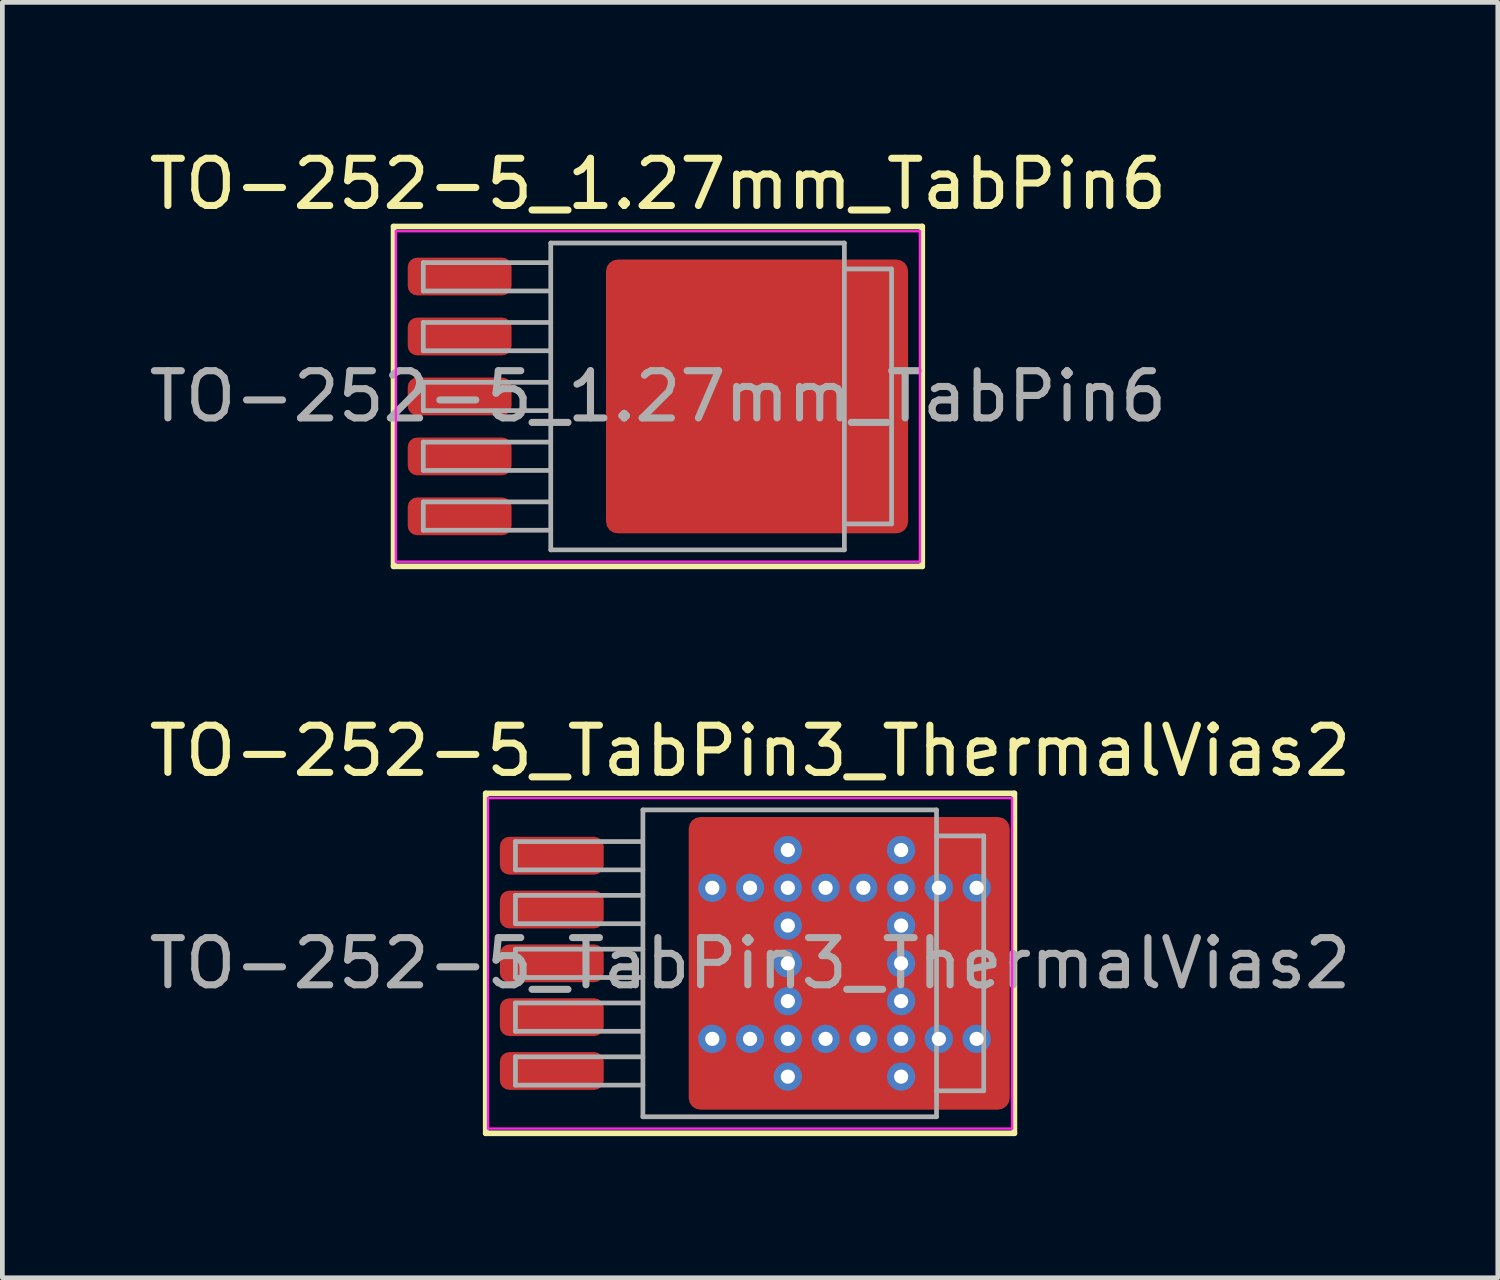
<source format=kicad_pcb>
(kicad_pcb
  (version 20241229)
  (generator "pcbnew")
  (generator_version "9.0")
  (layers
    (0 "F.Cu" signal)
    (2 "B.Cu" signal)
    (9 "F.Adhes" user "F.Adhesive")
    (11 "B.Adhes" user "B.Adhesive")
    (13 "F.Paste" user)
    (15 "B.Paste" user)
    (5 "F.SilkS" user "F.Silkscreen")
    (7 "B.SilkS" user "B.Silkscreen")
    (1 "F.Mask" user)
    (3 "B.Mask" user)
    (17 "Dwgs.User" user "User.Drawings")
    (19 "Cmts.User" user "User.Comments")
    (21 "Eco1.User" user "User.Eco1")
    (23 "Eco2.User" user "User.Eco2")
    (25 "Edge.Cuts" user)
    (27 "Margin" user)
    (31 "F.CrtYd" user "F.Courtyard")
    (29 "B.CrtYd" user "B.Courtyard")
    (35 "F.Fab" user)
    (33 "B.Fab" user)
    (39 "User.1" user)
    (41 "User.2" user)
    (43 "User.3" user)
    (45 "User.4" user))
  (footprint "TO-252-5_1.27mm_TabPin6"
    (layer "F.Cu")
    (at 10.887 5.348)
    (property "Reference" "TO-252-5_1.27mm_TabPin6" (at 0 -4.5 0) (layer "F.SilkS") (effects (font (size 1 1) (thickness 0.15))))
    (attr smd)
    (fp_line (start -5.6 -3.6) (end -5.6 3.6) (stroke (width 0.12) (type solid)) (layer "F.SilkS"))
    (fp_line (start -5.6 3.6) (end 5.6 3.6) (stroke (width 0.12) (type solid)) (layer "F.SilkS"))
    (fp_line (start 5.6 -3.6) (end -5.6 -3.6) (stroke (width 0.12) (type solid)) (layer "F.SilkS"))
    (fp_line (start 5.6 3.6) (end 5.6 -3.6) (stroke (width 0.12) (type solid)) (layer "F.SilkS"))
    (fp_line (start -5.55 -3.5) (end -5.55 3.5) (stroke (width 0.05) (type solid)) (layer "F.CrtYd"))
    (fp_line (start -5.55 3.5) (end 5.55 3.5) (stroke (width 0.05) (type solid)) (layer "F.CrtYd"))
    (fp_line (start 5.55 -3.5) (end -5.55 -3.5) (stroke (width 0.05) (type solid)) (layer "F.CrtYd"))
    (fp_line (start 5.55 3.5) (end 5.55 -3.5) (stroke (width 0.05) (type solid)) (layer "F.CrtYd"))
    (fp_line (start -4.97 -2.834) (end -4.97 -2.234) (stroke (width 0.1) (type solid)) (layer "F.Fab"))
    (fp_line (start -4.97 -2.234) (end -2.27 -2.234) (stroke (width 0.1) (type solid)) (layer "F.Fab"))
    (fp_line (start -4.97 -1.567) (end -4.97 -0.967) (stroke (width 0.1) (type solid)) (layer "F.Fab"))
    (fp_line (start -4.97 -0.967) (end -2.27 -0.967) (stroke (width 0.1) (type solid)) (layer "F.Fab"))
    (fp_line (start -4.97 -0.3) (end -4.97 0.3) (stroke (width 0.1) (type solid)) (layer "F.Fab"))
    (fp_line (start -4.97 0.3) (end -2.27 0.3) (stroke (width 0.1) (type solid)) (layer "F.Fab"))
    (fp_line (start -4.97 0.967) (end -4.97 1.567) (stroke (width 0.1) (type solid)) (layer "F.Fab"))
    (fp_line (start -4.97 1.567) (end -2.27 1.567) (stroke (width 0.1) (type solid)) (layer "F.Fab"))
    (fp_line (start -4.97 2.234) (end -4.97 2.834) (stroke (width 0.1) (type solid)) (layer "F.Fab"))
    (fp_line (start -4.97 2.834) (end -2.27 2.834) (stroke (width 0.1) (type solid)) (layer "F.Fab"))
    (fp_line (start -2.3 -2.834) (end -4.97 -2.834) (stroke (width 0.1) (type solid)) (layer "F.Fab"))
    (fp_line (start -2.27 -3.25) (end 3.95 -3.25) (stroke (width 0.1) (type solid)) (layer "F.Fab"))
    (fp_line (start -2.27 -1.567) (end -4.97 -1.567) (stroke (width 0.1) (type solid)) (layer "F.Fab"))
    (fp_line (start -2.27 -0.3) (end -4.97 -0.3) (stroke (width 0.1) (type solid)) (layer "F.Fab"))
    (fp_line (start -2.27 0.967) (end -4.97 0.967) (stroke (width 0.1) (type solid)) (layer "F.Fab"))
    (fp_line (start -2.27 2.234) (end -4.97 2.234) (stroke (width 0.1) (type solid)) (layer "F.Fab"))
    (fp_line (start -2.27 3.25) (end -2.27 -3.25) (stroke (width 0.1) (type solid)) (layer "F.Fab"))
    (fp_line (start 3.95 -3.25) (end 3.95 3.25) (stroke (width 0.1) (type solid)) (layer "F.Fab"))
    (fp_line (start 3.95 -2.7) (end 4.95 -2.7) (stroke (width 0.1) (type solid)) (layer "F.Fab"))
    (fp_line (start 3.95 3.25) (end -2.27 3.25) (stroke (width 0.1) (type solid)) (layer "F.Fab"))
    (fp_line (start 4.95 -2.7) (end 4.95 2.7) (stroke (width 0.1) (type solid)) (layer "F.Fab"))
    (fp_line (start 4.95 2.7) (end 3.95 2.7) (stroke (width 0.1) (type solid)) (layer "F.Fab"))
    (fp_text user "${REFERENCE}" (at 0 0 0) (layer "F.Fab") (effects (font (size 1 1) (thickness 0.15))))
    (pad "" smd roundrect (at 0 -1.9) (size 1.8 1.6) (layers "F.Paste") (roundrect_rratio 0.167))
    (pad "" smd roundrect (at 0 0) (size 1.8 1.6) (layers "F.Paste") (roundrect_rratio 0.167))
    (pad "" smd roundrect (at 0 1.9) (size 1.8 1.6) (layers "F.Paste") (roundrect_rratio 0.167))
    (pad "" smd roundrect (at 2.1 -1.9) (size 1.8 1.6) (layers "F.Paste") (roundrect_rratio 0.167))
    (pad "" smd roundrect (at 2.1 0) (size 1.8 1.6) (layers "F.Paste") (roundrect_rratio 0.167))
    (pad "" smd roundrect (at 2.1 1.9) (size 1.8 1.6) (layers "F.Paste") (roundrect_rratio 0.167))
    (pad "" smd roundrect (at 4.2 -1.9) (size 1.8 1.6) (layers "F.Paste") (roundrect_rratio 0.167))
    (pad "" smd roundrect (at 4.2 0) (size 1.8 1.6) (layers "F.Paste") (roundrect_rratio 0.167))
    (pad "" smd roundrect (at 4.2 1.9) (size 1.8 1.6) (layers "F.Paste") (roundrect_rratio 0.167))
    (pad "1" smd roundrect (at -4.2 -2.54) (size 2.2 0.8) (layers "F.Cu" "F.Mask" "F.Paste") (roundrect_rratio 0.25))
    (pad "2" smd roundrect (at -4.2 -1.27) (size 2.2 0.8) (layers "F.Cu" "F.Mask" "F.Paste") (roundrect_rratio 0.25))
    (pad "3" smd roundrect (at -4.2 0) (size 2.2 0.8) (layers "F.Cu" "F.Mask" "F.Paste") (roundrect_rratio 0.25))
    (pad "4" smd roundrect (at -4.2 1.27) (size 2.2 0.8) (layers "F.Cu" "F.Mask" "F.Paste") (roundrect_rratio 0.25))
    (pad "5" smd roundrect (at -4.2 2.54) (size 2.2 0.8) (layers "F.Cu" "F.Mask" "F.Paste") (roundrect_rratio 0.25))
    (pad "6" smd roundrect (at 2.1 0) (size 6.4 5.8) (layers "F.Cu" "F.Mask") (roundrect_rratio 0.043)))
  (footprint "TO-252-5_TabPin3_ThermalVias2"
    (layer "F.Cu")
    (at 12.839 17.357)
    (property "Reference" "TO-252-5_TabPin3_ThermalVias2" (at 0 -4.5 0) (layer "F.SilkS") (effects (font (size 1 1) (thickness 0.15))))
    (attr smd)
    (fp_line (start -5.6 -3.6) (end -5.6 3.6) (stroke (width 0.12) (type solid)) (layer "F.SilkS"))
    (fp_line (start -5.6 3.6) (end 5.6 3.6) (stroke (width 0.12) (type solid)) (layer "F.SilkS"))
    (fp_line (start 5.6 -3.6) (end -5.6 -3.6) (stroke (width 0.12) (type solid)) (layer "F.SilkS"))
    (fp_line (start 5.6 3.6) (end 5.6 -3.6) (stroke (width 0.12) (type solid)) (layer "F.SilkS"))
    (fp_line (start -5.55 -3.5) (end -5.55 3.5) (stroke (width 0.05) (type solid)) (layer "F.CrtYd"))
    (fp_line (start -5.55 3.5) (end 5.55 3.5) (stroke (width 0.05) (type solid)) (layer "F.CrtYd"))
    (fp_line (start 5.55 -3.5) (end -5.55 -3.5) (stroke (width 0.05) (type solid)) (layer "F.CrtYd"))
    (fp_line (start 5.55 3.5) (end 5.55 -3.5) (stroke (width 0.05) (type solid)) (layer "F.CrtYd"))
    (fp_line (start -4.97 -2.58) (end -4.97 -1.98) (stroke (width 0.1) (type solid)) (layer "F.Fab"))
    (fp_line (start -4.97 -1.98) (end -2.27 -1.98) (stroke (width 0.1) (type solid)) (layer "F.Fab"))
    (fp_line (start -4.97 -1.44) (end -4.97 -0.84) (stroke (width 0.1) (type solid)) (layer "F.Fab"))
    (fp_line (start -4.97 -0.84) (end -2.27 -0.84) (stroke (width 0.1) (type solid)) (layer "F.Fab"))
    (fp_line (start -4.97 -0.3) (end -4.97 0.3) (stroke (width 0.1) (type solid)) (layer "F.Fab"))
    (fp_line (start -4.97 0.3) (end -2.27 0.3) (stroke (width 0.1) (type solid)) (layer "F.Fab"))
    (fp_line (start -4.97 0.84) (end -4.97 1.44) (stroke (width 0.1) (type solid)) (layer "F.Fab"))
    (fp_line (start -4.97 1.44) (end -2.27 1.44) (stroke (width 0.1) (type solid)) (layer "F.Fab"))
    (fp_line (start -4.97 1.98) (end -4.97 2.58) (stroke (width 0.1) (type solid)) (layer "F.Fab"))
    (fp_line (start -4.97 2.58) (end -2.27 2.58) (stroke (width 0.1) (type solid)) (layer "F.Fab"))
    (fp_line (start -2.3 -2.58) (end -4.97 -2.58) (stroke (width 0.1) (type solid)) (layer "F.Fab"))
    (fp_line (start -2.27 -3.25) (end 3.95 -3.25) (stroke (width 0.1) (type solid)) (layer "F.Fab"))
    (fp_line (start -2.27 -1.44) (end -4.97 -1.44) (stroke (width 0.1) (type solid)) (layer "F.Fab"))
    (fp_line (start -2.27 -0.3) (end -4.97 -0.3) (stroke (width 0.1) (type solid)) (layer "F.Fab"))
    (fp_line (start -2.27 0.84) (end -4.97 0.84) (stroke (width 0.1) (type solid)) (layer "F.Fab"))
    (fp_line (start -2.27 1.98) (end -4.97 1.98) (stroke (width 0.1) (type solid)) (layer "F.Fab"))
    (fp_line (start -2.27 3.25) (end -2.27 -3.25) (stroke (width 0.1) (type solid)) (layer "F.Fab"))
    (fp_line (start 3.95 -3.25) (end 3.95 3.25) (stroke (width 0.1) (type solid)) (layer "F.Fab"))
    (fp_line (start 3.95 -2.7) (end 4.95 -2.7) (stroke (width 0.1) (type solid)) (layer "F.Fab"))
    (fp_line (start 3.95 3.25) (end -2.27 3.25) (stroke (width 0.1) (type solid)) (layer "F.Fab"))
    (fp_line (start 4.95 -2.7) (end 4.95 2.7) (stroke (width 0.1) (type solid)) (layer "F.Fab"))
    (fp_line (start 4.95 2.7) (end 3.95 2.7) (stroke (width 0.1) (type solid)) (layer "F.Fab"))
    (fp_text user "${REFERENCE}" (at 0 0 0) (layer "F.Fab") (effects (font (size 1 1) (thickness 0.15))))
    (pad "" smd roundrect (at -0.7 -2.4) (size 0.6 0.8) (layers "F.Paste") (roundrect_rratio 0.25))
    (pad "" smd roundrect (at -0.7 -0.875) (size 0.6 0.65) (layers "F.Paste") (roundrect_rratio 0.25))
    (pad "" smd roundrect (at -0.7 0) (size 0.6 0.7) (layers "F.Paste") (roundrect_rratio 0.25))
    (pad "" smd roundrect (at -0.7 0.875) (size 0.6 0.65) (layers "F.Paste") (roundrect_rratio 0.25))
    (pad "" smd roundrect (at -0.7 2.4) (size 0.6 0.8) (layers "F.Paste") (roundrect_rratio 0.25))
    (pad "" smd roundrect (at -0.3 -2.4 90) (size 1 1.6) (layers "F.Mask") (roundrect_rratio 0.25))
    (pad "" smd roundrect (at -0.3 0 90) (size 2.6 1.6) (layers "F.Mask") (roundrect_rratio 0.156))
    (pad "" smd roundrect (at -0.3 2.4 90) (size 1 1.6) (layers "F.Mask") (roundrect_rratio 0.25))
    (pad "" smd roundrect (at 0.1 -2.4) (size 0.6 0.8) (layers "F.Paste") (roundrect_rratio 0.25))
    (pad "" smd roundrect (at 0.1 -0.875) (size 0.6 0.65) (layers "F.Paste") (roundrect_rratio 0.25))
    (pad "" smd roundrect (at 0.1 0) (size 0.6 0.7) (layers "F.Paste") (roundrect_rratio 0.25))
    (pad "" smd roundrect (at 0.1 0.875) (size 0.6 0.65) (layers "F.Paste") (roundrect_rratio 0.25))
    (pad "" smd roundrect (at 0.1 2.4) (size 0.6 0.8) (layers "F.Paste") (roundrect_rratio 0.25))
    (pad "" smd roundrect (at 1.575 -2.4) (size 0.65 0.8) (layers "F.Paste") (roundrect_rratio 0.25))
    (pad "" smd roundrect (at 1.575 -0.875) (size 0.65 0.65) (layers "F.Paste") (roundrect_rratio 0.25))
    (pad "" smd roundrect (at 1.575 0) (size 0.65 0.7) (layers "F.Paste") (roundrect_rratio 0.25))
    (pad "" smd roundrect (at 1.575 0.875) (size 0.65 0.65) (layers "F.Paste") (roundrect_rratio 0.25))
    (pad "" smd roundrect (at 1.575 2.4) (size 0.65 0.8) (layers "F.Paste") (roundrect_rratio 0.25))
    (pad "" smd roundrect (at 2 -2.4 90) (size 1 1.8) (layers "F.Mask") (roundrect_rratio 0.25))
    (pad "" smd roundrect (at 2 0 90) (size 2.6 1.8) (layers "F.Mask") (roundrect_rratio 0.139))
    (pad "" smd roundrect (at 2 2.4 90) (size 1 1.8) (layers "F.Mask") (roundrect_rratio 0.25))
    (pad "" smd roundrect (at 2.425 -2.4) (size 0.65 0.8) (layers "F.Paste") (roundrect_rratio 0.25))
    (pad "" smd roundrect (at 2.425 -0.875) (size 0.65 0.65) (layers "F.Paste") (roundrect_rratio 0.25))
    (pad "" smd roundrect (at 2.425 0) (size 0.65 0.7) (layers "F.Paste") (roundrect_rratio 0.25))
    (pad "" smd roundrect (at 2.425 0.875) (size 0.65 0.65) (layers "F.Paste") (roundrect_rratio 0.25))
    (pad "" smd roundrect (at 2.425 2.4) (size 0.65 0.8) (layers "F.Paste") (roundrect_rratio 0.25))
    (pad "" smd roundrect (at 3.975 -2.4) (size 0.65 0.8) (layers "F.Paste") (roundrect_rratio 0.25))
    (pad "" smd roundrect (at 3.975 -0.875) (size 0.65 0.65) (layers "F.Paste") (roundrect_rratio 0.25))
    (pad "" smd roundrect (at 3.975 0) (size 0.65 0.7) (layers "F.Paste") (roundrect_rratio 0.25))
    (pad "" smd roundrect (at 3.975 0.875) (size 0.65 0.65) (layers "F.Paste") (roundrect_rratio 0.25))
    (pad "" smd roundrect (at 3.975 2.4) (size 0.65 0.8) (layers "F.Paste") (roundrect_rratio 0.25))
    (pad "" smd roundrect (at 4.4 -2.4 90) (size 1 1.8) (layers "F.Mask") (roundrect_rratio 0.25))
    (pad "" smd roundrect (at 4.4 0 90) (size 2.6 1.8) (layers "F.Mask") (roundrect_rratio 0.139))
    (pad "" smd roundrect (at 4.4 2.4 90) (size 1 1.8) (layers "F.Mask") (roundrect_rratio 0.25))
    (pad "" smd roundrect (at 4.825 -2.4) (size 0.65 0.8) (layers "F.Paste") (roundrect_rratio 0.25))
    (pad "" smd roundrect (at 4.825 -0.875) (size 0.65 0.65) (layers "F.Paste") (roundrect_rratio 0.25))
    (pad "" smd roundrect (at 4.825 0) (size 0.65 0.7) (layers "F.Paste") (roundrect_rratio 0.25))
    (pad "" smd roundrect (at 4.825 0.875) (size 0.65 0.65) (layers "F.Paste") (roundrect_rratio 0.25))
    (pad "" smd roundrect (at 4.825 2.4) (size 0.65 0.8) (layers "F.Paste") (roundrect_rratio 0.25))
    (pad "1" smd roundrect (at -4.2 -2.28) (size 2.2 0.8) (layers "F.Cu" "F.Mask" "F.Paste") (roundrect_rratio 0.25))
    (pad "2" smd roundrect (at -4.2 -1.14) (size 2.2 0.8) (layers "F.Cu" "F.Mask" "F.Paste") (roundrect_rratio 0.25))
    (pad "3" smd roundrect (at -4.2 0) (size 2.2 0.8) (layers "F.Cu" "F.Mask" "F.Paste") (roundrect_rratio 0.25))
    (pad "3" thru_hole circle (at -0.8 -1.6) (size 0.6 0.6) (drill 0.3) (property pad_prop_heatsink) (layers "*.Cu" "*.Mask"))
    (pad "3" thru_hole circle (at -0.8 1.6) (size 0.6 0.6) (drill 0.3) (property pad_prop_heatsink) (layers "*.Cu" "*.Mask"))
    (pad "3" thru_hole circle (at 0 -1.6) (size 0.6 0.6) (drill 0.3) (property pad_prop_heatsink) (layers "*.Cu" "*.Mask"))
    (pad "3" thru_hole circle (at 0 1.6) (size 0.6 0.6) (drill 0.3) (property pad_prop_heatsink) (layers "*.Cu" "*.Mask"))
    (pad "3" thru_hole circle (at 0.8 -2.4) (size 0.6 0.6) (drill 0.3) (property pad_prop_heatsink) (layers "*.Cu" "*.Mask"))
    (pad "3" thru_hole circle (at 0.8 -1.6) (size 0.6 0.6) (drill 0.3) (property pad_prop_heatsink) (layers "*.Cu" "*.Mask"))
    (pad "3" thru_hole circle (at 0.8 -0.8) (size 0.6 0.6) (drill 0.3) (property pad_prop_heatsink) (layers "*.Cu" "*.Mask"))
    (pad "3" thru_hole circle (at 0.8 0) (size 0.6 0.6) (drill 0.3) (property pad_prop_heatsink) (layers "*.Cu" "*.Mask"))
    (pad "3" thru_hole circle (at 0.8 0.8) (size 0.6 0.6) (drill 0.3) (property pad_prop_heatsink) (layers "*.Cu" "*.Mask"))
    (pad "3" thru_hole circle (at 0.8 1.6) (size 0.6 0.6) (drill 0.3) (property pad_prop_heatsink) (layers "*.Cu" "*.Mask"))
    (pad "3" thru_hole circle (at 0.8 2.4) (size 0.6 0.6) (drill 0.3) (property pad_prop_heatsink) (layers "*.Cu" "*.Mask"))
    (pad "3" thru_hole circle (at 1.6 -1.6) (size 0.6 0.6) (drill 0.3) (property pad_prop_heatsink) (layers "*.Cu" "*.Mask"))
    (pad "3" thru_hole circle (at 1.6 1.6) (size 0.6 0.6) (drill 0.3) (property pad_prop_heatsink) (layers "*.Cu" "*.Mask"))
    (pad "3" smd roundrect (at 2.1 0) (size 6.8 6.2) (layers "F.Cu") (roundrect_rratio 0.04))
    (pad "3" thru_hole circle (at 2.4 -1.6) (size 0.6 0.6) (drill 0.3) (property pad_prop_heatsink) (layers "*.Cu" "*.Mask"))
    (pad "3" thru_hole circle (at 2.4 1.6) (size 0.6 0.6) (drill 0.3) (property pad_prop_heatsink) (layers "*.Cu" "*.Mask"))
    (pad "3" thru_hole circle (at 3.2 -2.4) (size 0.6 0.6) (drill 0.3) (property pad_prop_heatsink) (layers "*.Cu" "*.Mask"))
    (pad "3" thru_hole circle (at 3.2 -1.6) (size 0.6 0.6) (drill 0.3) (property pad_prop_heatsink) (layers "*.Cu" "*.Mask"))
    (pad "3" thru_hole circle (at 3.2 -0.8) (size 0.6 0.6) (drill 0.3) (property pad_prop_heatsink) (layers "*.Cu" "*.Mask"))
    (pad "3" thru_hole circle (at 3.2 0) (size 0.6 0.6) (drill 0.3) (property pad_prop_heatsink) (layers "*.Cu" "*.Mask"))
    (pad "3" thru_hole circle (at 3.2 0.8) (size 0.6 0.6) (drill 0.3) (property pad_prop_heatsink) (layers "*.Cu" "*.Mask"))
    (pad "3" thru_hole circle (at 3.2 1.6) (size 0.6 0.6) (drill 0.3) (property pad_prop_heatsink) (layers "*.Cu" "*.Mask"))
    (pad "3" thru_hole circle (at 3.2 2.4) (size 0.6 0.6) (drill 0.3) (property pad_prop_heatsink) (layers "*.Cu" "*.Mask"))
    (pad "3" thru_hole circle (at 4 -1.6) (size 0.6 0.6) (drill 0.3) (property pad_prop_heatsink) (layers "*.Cu" "*.Mask"))
    (pad "3" thru_hole circle (at 4 1.6) (size 0.6 0.6) (drill 0.3) (property pad_prop_heatsink) (layers "*.Cu" "*.Mask"))
    (pad "3" thru_hole circle (at 4.8 -1.6) (size 0.6 0.6) (drill 0.3) (property pad_prop_heatsink) (layers "*.Cu" "*.Mask"))
    (pad "3" thru_hole circle (at 4.8 1.6) (size 0.6 0.6) (drill 0.3) (property pad_prop_heatsink) (layers "*.Cu" "*.Mask"))
    (pad "4" smd roundrect (at -4.2 1.14) (size 2.2 0.8) (layers "F.Cu" "F.Mask" "F.Paste") (roundrect_rratio 0.25))
    (pad "5" smd roundrect (at -4.2 2.28) (size 2.2 0.8) (layers "F.Cu" "F.Mask" "F.Paste") (roundrect_rratio 0.25)))
  (gr_rect
    (start -3 -3)
    (end 28.679 24.017)
    (stroke (width 0.1) (type default))
    (fill no)
    (layer "Edge.Cuts")))
</source>
